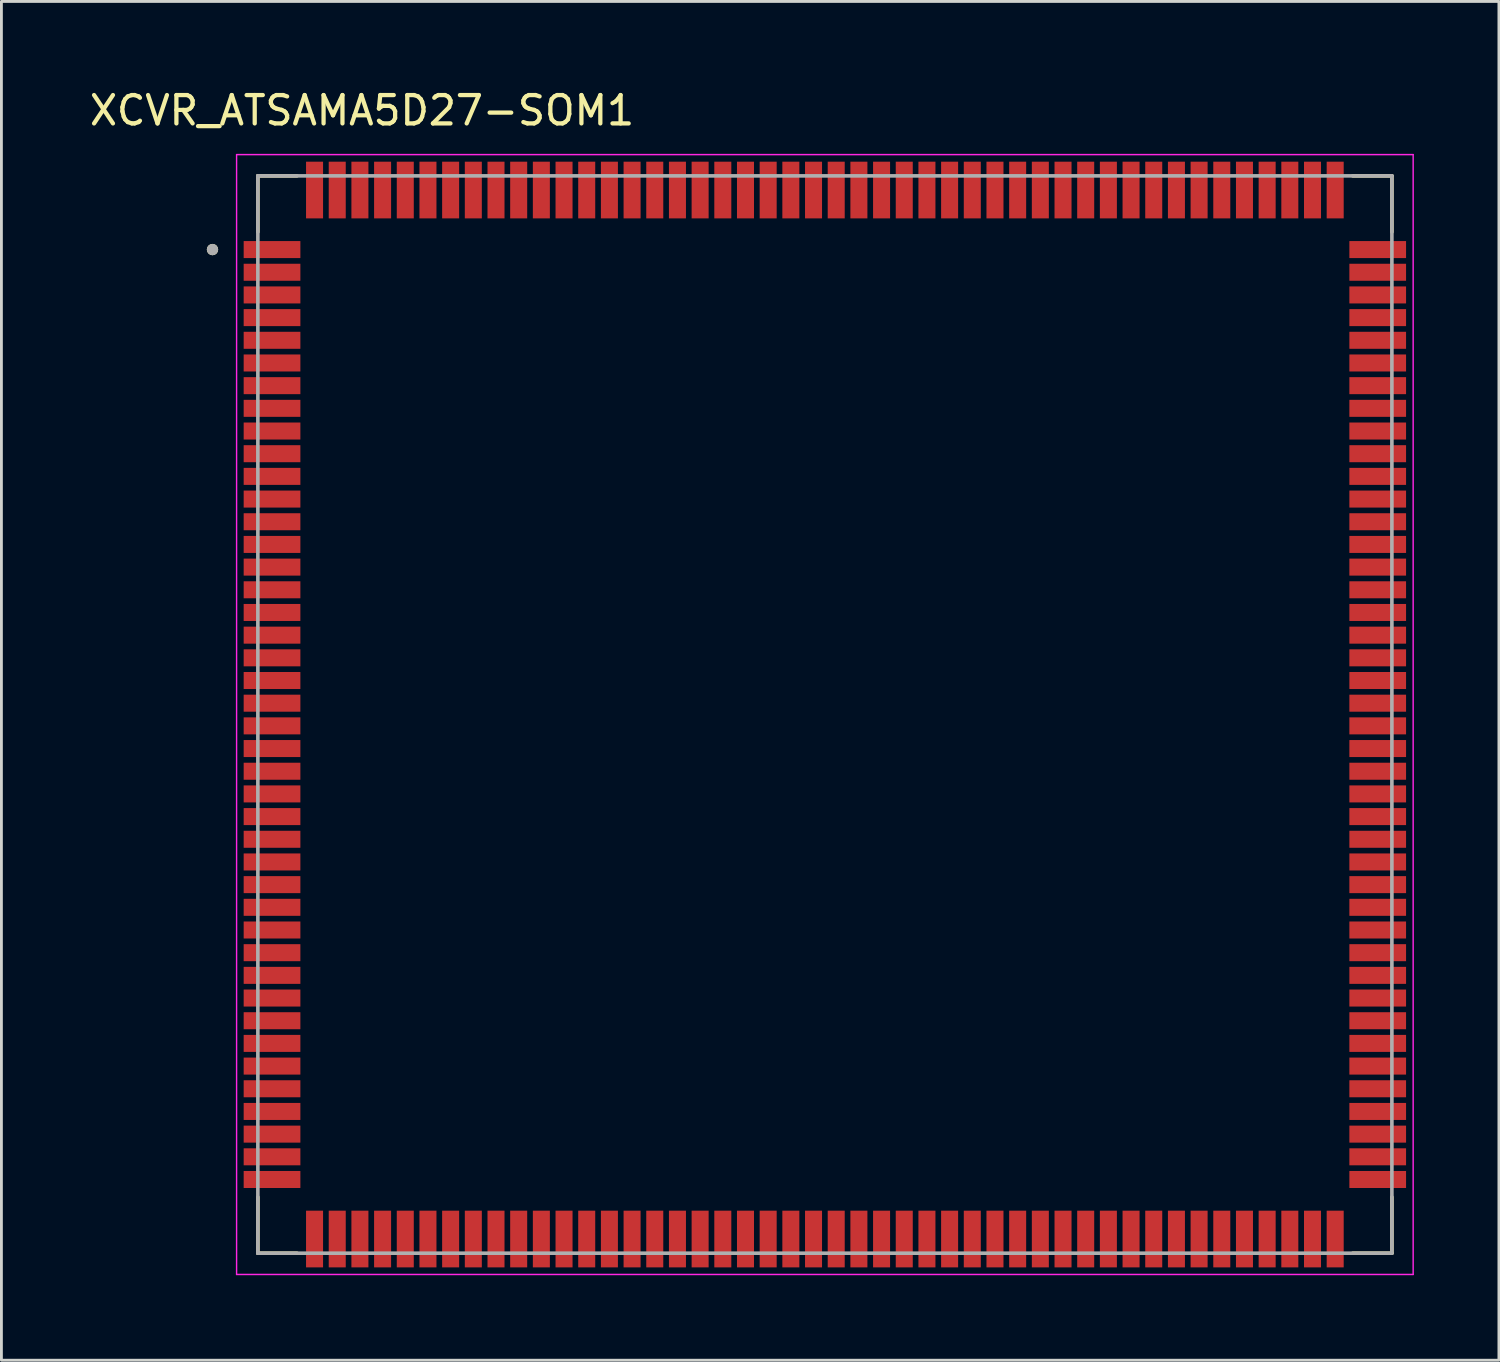
<source format=kicad_pcb>
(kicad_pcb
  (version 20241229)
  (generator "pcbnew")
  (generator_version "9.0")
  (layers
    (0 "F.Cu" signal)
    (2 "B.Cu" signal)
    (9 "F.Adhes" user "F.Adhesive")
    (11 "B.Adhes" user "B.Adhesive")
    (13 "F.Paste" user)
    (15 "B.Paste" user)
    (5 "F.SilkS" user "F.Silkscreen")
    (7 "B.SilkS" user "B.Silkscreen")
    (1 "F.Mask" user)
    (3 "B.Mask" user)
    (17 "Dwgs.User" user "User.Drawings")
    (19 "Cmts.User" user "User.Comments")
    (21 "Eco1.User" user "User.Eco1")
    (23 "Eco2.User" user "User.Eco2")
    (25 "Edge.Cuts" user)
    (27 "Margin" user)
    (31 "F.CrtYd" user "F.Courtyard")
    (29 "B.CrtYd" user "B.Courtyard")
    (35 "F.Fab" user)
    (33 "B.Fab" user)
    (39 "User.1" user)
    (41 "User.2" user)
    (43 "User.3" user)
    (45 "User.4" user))
  (footprint "XCVR_ATSAMA5D27-SOM1"
    (layer "F.Cu")
    (at 26.045 22.153)
    (property "Reference" "XCVR_ATSAMA5D27-SOM1" (at -16.325 -21.305 0) (layer "F.SilkS") (effects (font (size 1 1) (thickness 0.15))))
    (attr through_hole)
    (fp_line (start -20 -19) (end -20 -17.02) (stroke (width 0.127) (type solid)) (layer "F.SilkS"))
    (fp_line (start -20 -19) (end -18.62 -19) (stroke (width 0.127) (type solid)) (layer "F.SilkS"))
    (fp_line (start -20 19) (end -20 17.02) (stroke (width 0.127) (type solid)) (layer "F.SilkS"))
    (fp_line (start -20 19) (end -18.62 19) (stroke (width 0.127) (type solid)) (layer "F.SilkS"))
    (fp_line (start 20 -19) (end 18.62 -19) (stroke (width 0.127) (type solid)) (layer "F.SilkS"))
    (fp_line (start 20 -19) (end 20 -17.02) (stroke (width 0.127) (type solid)) (layer "F.SilkS"))
    (fp_line (start 20 19) (end 18.62 19) (stroke (width 0.127) (type solid)) (layer "F.SilkS"))
    (fp_line (start 20 19) (end 20 17.02) (stroke (width 0.127) (type solid)) (layer "F.SilkS"))
    (fp_circle (center -21.6 -16.4) (end -21.5 -16.4) (stroke (width 0.2) (type solid)) (fill no) (layer "F.SilkS"))
    (fp_poly (pts (xy -20.5 -16.675) (xy -18.5 -16.675) (xy -18.5 -16.125) (xy -20.5 -16.125)) (stroke (width 0.01) (type solid)) (fill yes) (layer "F.Paste"))
    (fp_poly (pts (xy -20.5 -15.875) (xy -18.5 -15.875) (xy -18.5 -15.325) (xy -20.5 -15.325)) (stroke (width 0.01) (type solid)) (fill yes) (layer "F.Paste"))
    (fp_poly (pts (xy -20.5 -15.075) (xy -18.5 -15.075) (xy -18.5 -14.525) (xy -20.5 -14.525)) (stroke (width 0.01) (type solid)) (fill yes) (layer "F.Paste"))
    (fp_poly (pts (xy -20.5 -14.275) (xy -18.5 -14.275) (xy -18.5 -13.725) (xy -20.5 -13.725)) (stroke (width 0.01) (type solid)) (fill yes) (layer "F.Paste"))
    (fp_poly (pts (xy -20.5 -13.475) (xy -18.5 -13.475) (xy -18.5 -12.925) (xy -20.5 -12.925)) (stroke (width 0.01) (type solid)) (fill yes) (layer "F.Paste"))
    (fp_poly (pts (xy -20.5 -12.675) (xy -18.5 -12.675) (xy -18.5 -12.125) (xy -20.5 -12.125)) (stroke (width 0.01) (type solid)) (fill yes) (layer "F.Paste"))
    (fp_poly (pts (xy -20.5 -11.875) (xy -18.5 -11.875) (xy -18.5 -11.325) (xy -20.5 -11.325)) (stroke (width 0.01) (type solid)) (fill yes) (layer "F.Paste"))
    (fp_poly (pts (xy -20.5 -11.875) (xy -18.5 -11.875) (xy -18.5 -11.325) (xy -20.5 -11.325)) (stroke (width 0.01) (type solid)) (fill yes) (layer "F.Paste"))
    (fp_poly (pts (xy -20.5 -11.075) (xy -18.5 -11.075) (xy -18.5 -10.525) (xy -20.5 -10.525)) (stroke (width 0.01) (type solid)) (fill yes) (layer "F.Paste"))
    (fp_poly (pts (xy -20.5 -11.075) (xy -18.5 -11.075) (xy -18.5 -10.525) (xy -20.5 -10.525)) (stroke (width 0.01) (type solid)) (fill yes) (layer "F.Paste"))
    (fp_poly (pts (xy -20.5 -10.275) (xy -18.5 -10.275) (xy -18.5 -9.725) (xy -20.5 -9.725)) (stroke (width 0.01) (type solid)) (fill yes) (layer "F.Paste"))
    (fp_poly (pts (xy -20.5 -10.275) (xy -18.5 -10.275) (xy -18.5 -9.725) (xy -20.5 -9.725)) (stroke (width 0.01) (type solid)) (fill yes) (layer "F.Paste"))
    (fp_poly (pts (xy -20.5 -9.475) (xy -18.5 -9.475) (xy -18.5 -8.925) (xy -20.5 -8.925)) (stroke (width 0.01) (type solid)) (fill yes) (layer "F.Paste"))
    (fp_poly (pts (xy -20.5 -9.475) (xy -18.5 -9.475) (xy -18.5 -8.925) (xy -20.5 -8.925)) (stroke (width 0.01) (type solid)) (fill yes) (layer "F.Paste"))
    (fp_poly (pts (xy -20.5 -8.675) (xy -18.5 -8.675) (xy -18.5 -8.125) (xy -20.5 -8.125)) (stroke (width 0.01) (type solid)) (fill yes) (layer "F.Paste"))
    (fp_poly (pts (xy -20.5 -8.675) (xy -18.5 -8.675) (xy -18.5 -8.125) (xy -20.5 -8.125)) (stroke (width 0.01) (type solid)) (fill yes) (layer "F.Paste"))
    (fp_poly (pts (xy -20.5 -7.875) (xy -18.5 -7.875) (xy -18.5 -7.325) (xy -20.5 -7.325)) (stroke (width 0.01) (type solid)) (fill yes) (layer "F.Paste"))
    (fp_poly (pts (xy -20.5 -7.875) (xy -18.5 -7.875) (xy -18.5 -7.325) (xy -20.5 -7.325)) (stroke (width 0.01) (type solid)) (fill yes) (layer "F.Paste"))
    (fp_poly (pts (xy -20.5 -7.075) (xy -18.5 -7.075) (xy -18.5 -6.525) (xy -20.5 -6.525)) (stroke (width 0.01) (type solid)) (fill yes) (layer "F.Paste"))
    (fp_poly (pts (xy -20.5 -7.075) (xy -18.5 -7.075) (xy -18.5 -6.525) (xy -20.5 -6.525)) (stroke (width 0.01) (type solid)) (fill yes) (layer "F.Paste"))
    (fp_poly (pts (xy -20.5 -6.275) (xy -18.5 -6.275) (xy -18.5 -5.725) (xy -20.5 -5.725)) (stroke (width 0.01) (type solid)) (fill yes) (layer "F.Paste"))
    (fp_poly (pts (xy -20.5 -6.275) (xy -18.5 -6.275) (xy -18.5 -5.725) (xy -20.5 -5.725)) (stroke (width 0.01) (type solid)) (fill yes) (layer "F.Paste"))
    (fp_poly (pts (xy -20.5 -5.475) (xy -18.5 -5.475) (xy -18.5 -4.925) (xy -20.5 -4.925)) (stroke (width 0.01) (type solid)) (fill yes) (layer "F.Paste"))
    (fp_poly (pts (xy -20.5 -5.475) (xy -18.5 -5.475) (xy -18.5 -4.925) (xy -20.5 -4.925)) (stroke (width 0.01) (type solid)) (fill yes) (layer "F.Paste"))
    (fp_poly (pts (xy -20.5 -4.675) (xy -18.5 -4.675) (xy -18.5 -4.125) (xy -20.5 -4.125)) (stroke (width 0.01) (type solid)) (fill yes) (layer "F.Paste"))
    (fp_poly (pts (xy -20.5 -4.675) (xy -18.5 -4.675) (xy -18.5 -4.125) (xy -20.5 -4.125)) (stroke (width 0.01) (type solid)) (fill yes) (layer "F.Paste"))
    (fp_poly (pts (xy -20.5 -3.875) (xy -18.5 -3.875) (xy -18.5 -3.325) (xy -20.5 -3.325)) (stroke (width 0.01) (type solid)) (fill yes) (layer "F.Paste"))
    (fp_poly (pts (xy -20.5 -3.875) (xy -18.5 -3.875) (xy -18.5 -3.325) (xy -20.5 -3.325)) (stroke (width 0.01) (type solid)) (fill yes) (layer "F.Paste"))
    (fp_poly (pts (xy -20.5 -3.075) (xy -18.5 -3.075) (xy -18.5 -2.525) (xy -20.5 -2.525)) (stroke (width 0.01) (type solid)) (fill yes) (layer "F.Paste"))
    (fp_poly (pts (xy -20.5 -3.075) (xy -18.5 -3.075) (xy -18.5 -2.525) (xy -20.5 -2.525)) (stroke (width 0.01) (type solid)) (fill yes) (layer "F.Paste"))
    (fp_poly (pts (xy -20.5 -2.275) (xy -18.5 -2.275) (xy -18.5 -1.725) (xy -20.5 -1.725)) (stroke (width 0.01) (type solid)) (fill yes) (layer "F.Paste"))
    (fp_poly (pts (xy -20.5 -2.275) (xy -18.5 -2.275) (xy -18.5 -1.725) (xy -20.5 -1.725)) (stroke (width 0.01) (type solid)) (fill yes) (layer "F.Paste"))
    (fp_poly (pts (xy -20.5 -1.475) (xy -18.5 -1.475) (xy -18.5 -0.925) (xy -20.5 -0.925)) (stroke (width 0.01) (type solid)) (fill yes) (layer "F.Paste"))
    (fp_poly (pts (xy -20.5 -1.475) (xy -18.5 -1.475) (xy -18.5 -0.925) (xy -20.5 -0.925)) (stroke (width 0.01) (type solid)) (fill yes) (layer "F.Paste"))
    (fp_poly (pts (xy -20.5 -0.675) (xy -18.5 -0.675) (xy -18.5 -0.125) (xy -20.5 -0.125)) (stroke (width 0.01) (type solid)) (fill yes) (layer "F.Paste"))
    (fp_poly (pts (xy -20.5 -0.675) (xy -18.5 -0.675) (xy -18.5 -0.125) (xy -20.5 -0.125)) (stroke (width 0.01) (type solid)) (fill yes) (layer "F.Paste"))
    (fp_poly (pts (xy -20.5 0.125) (xy -18.5 0.125) (xy -18.5 0.675) (xy -20.5 0.675)) (stroke (width 0.01) (type solid)) (fill yes) (layer "F.Paste"))
    (fp_poly (pts (xy -20.5 0.125) (xy -18.5 0.125) (xy -18.5 0.675) (xy -20.5 0.675)) (stroke (width 0.01) (type solid)) (fill yes) (layer "F.Paste"))
    (fp_poly (pts (xy -20.5 0.925) (xy -18.5 0.925) (xy -18.5 1.475) (xy -20.5 1.475)) (stroke (width 0.01) (type solid)) (fill yes) (layer "F.Paste"))
    (fp_poly (pts (xy -20.5 0.925) (xy -18.5 0.925) (xy -18.5 1.475) (xy -20.5 1.475)) (stroke (width 0.01) (type solid)) (fill yes) (layer "F.Paste"))
    (fp_poly (pts (xy -20.5 1.725) (xy -18.5 1.725) (xy -18.5 2.275) (xy -20.5 2.275)) (stroke (width 0.01) (type solid)) (fill yes) (layer "F.Paste"))
    (fp_poly (pts (xy -20.5 1.725) (xy -18.5 1.725) (xy -18.5 2.275) (xy -20.5 2.275)) (stroke (width 0.01) (type solid)) (fill yes) (layer "F.Paste"))
    (fp_poly (pts (xy -20.5 2.525) (xy -18.5 2.525) (xy -18.5 3.075) (xy -20.5 3.075)) (stroke (width 0.01) (type solid)) (fill yes) (layer "F.Paste"))
    (fp_poly (pts (xy -20.5 2.525) (xy -18.5 2.525) (xy -18.5 3.075) (xy -20.5 3.075)) (stroke (width 0.01) (type solid)) (fill yes) (layer "F.Paste"))
    (fp_poly (pts (xy -20.5 3.325) (xy -18.5 3.325) (xy -18.5 3.875) (xy -20.5 3.875)) (stroke (width 0.01) (type solid)) (fill yes) (layer "F.Paste"))
    (fp_poly (pts (xy -20.5 3.325) (xy -18.5 3.325) (xy -18.5 3.875) (xy -20.5 3.875)) (stroke (width 0.01) (type solid)) (fill yes) (layer "F.Paste"))
    (fp_poly (pts (xy -20.5 4.125) (xy -18.5 4.125) (xy -18.5 4.675) (xy -20.5 4.675)) (stroke (width 0.01) (type solid)) (fill yes) (layer "F.Paste"))
    (fp_poly (pts (xy -20.5 4.125) (xy -18.5 4.125) (xy -18.5 4.675) (xy -20.5 4.675)) (stroke (width 0.01) (type solid)) (fill yes) (layer "F.Paste"))
    (fp_poly (pts (xy -20.5 4.925) (xy -18.5 4.925) (xy -18.5 5.475) (xy -20.5 5.475)) (stroke (width 0.01) (type solid)) (fill yes) (layer "F.Paste"))
    (fp_poly (pts (xy -20.5 4.925) (xy -18.5 4.925) (xy -18.5 5.475) (xy -20.5 5.475)) (stroke (width 0.01) (type solid)) (fill yes) (layer "F.Paste"))
    (fp_poly (pts (xy -20.5 5.725) (xy -18.5 5.725) (xy -18.5 6.275) (xy -20.5 6.275)) (stroke (width 0.01) (type solid)) (fill yes) (layer "F.Paste"))
    (fp_poly (pts (xy -20.5 5.725) (xy -18.5 5.725) (xy -18.5 6.275) (xy -20.5 6.275)) (stroke (width 0.01) (type solid)) (fill yes) (layer "F.Paste"))
    (fp_poly (pts (xy -20.5 6.525) (xy -18.5 6.525) (xy -18.5 7.075) (xy -20.5 7.075)) (stroke (width 0.01) (type solid)) (fill yes) (layer "F.Paste"))
    (fp_poly (pts (xy -20.5 6.525) (xy -18.5 6.525) (xy -18.5 7.075) (xy -20.5 7.075)) (stroke (width 0.01) (type solid)) (fill yes) (layer "F.Paste"))
    (fp_poly (pts (xy -20.5 7.325) (xy -18.5 7.325) (xy -18.5 7.875) (xy -20.5 7.875)) (stroke (width 0.01) (type solid)) (fill yes) (layer "F.Paste"))
    (fp_poly (pts (xy -20.5 7.325) (xy -18.5 7.325) (xy -18.5 7.875) (xy -20.5 7.875)) (stroke (width 0.01) (type solid)) (fill yes) (layer "F.Paste"))
    (fp_poly (pts (xy -20.5 8.125) (xy -18.5 8.125) (xy -18.5 8.675) (xy -20.5 8.675)) (stroke (width 0.01) (type solid)) (fill yes) (layer "F.Paste"))
    (fp_poly (pts (xy -20.5 8.125) (xy -18.5 8.125) (xy -18.5 8.675) (xy -20.5 8.675)) (stroke (width 0.01) (type solid)) (fill yes) (layer "F.Paste"))
    (fp_poly (pts (xy -20.5 8.925) (xy -18.5 8.925) (xy -18.5 9.475) (xy -20.5 9.475)) (stroke (width 0.01) (type solid)) (fill yes) (layer "F.Paste"))
    (fp_poly (pts (xy -20.5 8.925) (xy -18.5 8.925) (xy -18.5 9.475) (xy -20.5 9.475)) (stroke (width 0.01) (type solid)) (fill yes) (layer "F.Paste"))
    (fp_poly (pts (xy -20.5 9.725) (xy -18.5 9.725) (xy -18.5 10.275) (xy -20.5 10.275)) (stroke (width 0.01) (type solid)) (fill yes) (layer "F.Paste"))
    (fp_poly (pts (xy -20.5 9.725) (xy -18.5 9.725) (xy -18.5 10.275) (xy -20.5 10.275)) (stroke (width 0.01) (type solid)) (fill yes) (layer "F.Paste"))
    (fp_poly (pts (xy -20.5 10.525) (xy -18.5 10.525) (xy -18.5 11.075) (xy -20.5 11.075)) (stroke (width 0.01) (type solid)) (fill yes) (layer "F.Paste"))
    (fp_poly (pts (xy -20.5 10.525) (xy -18.5 10.525) (xy -18.5 11.075) (xy -20.5 11.075)) (stroke (width 0.01) (type solid)) (fill yes) (layer "F.Paste"))
    (fp_poly (pts (xy -20.5 11.325) (xy -18.5 11.325) (xy -18.5 11.875) (xy -20.5 11.875)) (stroke (width 0.01) (type solid)) (fill yes) (layer "F.Paste"))
    (fp_poly (pts (xy -20.5 11.325) (xy -18.5 11.325) (xy -18.5 11.875) (xy -20.5 11.875)) (stroke (width 0.01) (type solid)) (fill yes) (layer "F.Paste"))
    (fp_poly (pts (xy -20.5 12.125) (xy -18.5 12.125) (xy -18.5 12.675) (xy -20.5 12.675)) (stroke (width 0.01) (type solid)) (fill yes) (layer "F.Paste"))
    (fp_poly (pts (xy -20.5 12.125) (xy -18.5 12.125) (xy -18.5 12.675) (xy -20.5 12.675)) (stroke (width 0.01) (type solid)) (fill yes) (layer "F.Paste"))
    (fp_poly (pts (xy -20.5 12.925) (xy -18.5 12.925) (xy -18.5 13.475) (xy -20.5 13.475)) (stroke (width 0.01) (type solid)) (fill yes) (layer "F.Paste"))
    (fp_poly (pts (xy -20.5 12.925) (xy -18.5 12.925) (xy -18.5 13.475) (xy -20.5 13.475)) (stroke (width 0.01) (type solid)) (fill yes) (layer "F.Paste"))
    (fp_poly (pts (xy -20.5 13.725) (xy -18.5 13.725) (xy -18.5 14.275) (xy -20.5 14.275)) (stroke (width 0.01) (type solid)) (fill yes) (layer "F.Paste"))
    (fp_poly (pts (xy -20.5 13.725) (xy -18.5 13.725) (xy -18.5 14.275) (xy -20.5 14.275)) (stroke (width 0.01) (type solid)) (fill yes) (layer "F.Paste"))
    (fp_poly (pts (xy -20.5 14.525) (xy -18.5 14.525) (xy -18.5 15.075) (xy -20.5 15.075)) (stroke (width 0.01) (type solid)) (fill yes) (layer "F.Paste"))
    (fp_poly (pts (xy -20.5 14.525) (xy -18.5 14.525) (xy -18.5 15.075) (xy -20.5 15.075)) (stroke (width 0.01) (type solid)) (fill yes) (layer "F.Paste"))
    (fp_poly (pts (xy -20.5 15.325) (xy -18.5 15.325) (xy -18.5 15.875) (xy -20.5 15.875)) (stroke (width 0.01) (type solid)) (fill yes) (layer "F.Paste"))
    (fp_poly (pts (xy -20.5 15.325) (xy -18.5 15.325) (xy -18.5 15.875) (xy -20.5 15.875)) (stroke (width 0.01) (type solid)) (fill yes) (layer "F.Paste"))
    (fp_poly (pts (xy -20.5 16.125) (xy -18.5 16.125) (xy -18.5 16.675) (xy -20.5 16.675)) (stroke (width 0.01) (type solid)) (fill yes) (layer "F.Paste"))
    (fp_poly (pts (xy -20.5 16.125) (xy -18.5 16.125) (xy -18.5 16.675) (xy -20.5 16.675)) (stroke (width 0.01) (type solid)) (fill yes) (layer "F.Paste"))
    (fp_poly (pts (xy -18.275 -19.5) (xy -17.725 -19.5) (xy -17.725 -17.5) (xy -18.275 -17.5)) (stroke (width 0.01) (type solid)) (fill yes) (layer "F.Paste"))
    (fp_poly (pts (xy -18.275 17.5) (xy -17.725 17.5) (xy -17.725 19.5) (xy -18.275 19.5)) (stroke (width 0.01) (type solid)) (fill yes) (layer "F.Paste"))
    (fp_poly (pts (xy -17.475 -19.5) (xy -16.925 -19.5) (xy -16.925 -17.5) (xy -17.475 -17.5)) (stroke (width 0.01) (type solid)) (fill yes) (layer "F.Paste"))
    (fp_poly (pts (xy -17.475 17.5) (xy -16.925 17.5) (xy -16.925 19.5) (xy -17.475 19.5)) (stroke (width 0.01) (type solid)) (fill yes) (layer "F.Paste"))
    (fp_poly (pts (xy -16.675 -19.5) (xy -16.125 -19.5) (xy -16.125 -17.5) (xy -16.675 -17.5)) (stroke (width 0.01) (type solid)) (fill yes) (layer "F.Paste"))
    (fp_poly (pts (xy -16.675 17.5) (xy -16.125 17.5) (xy -16.125 19.5) (xy -16.675 19.5)) (stroke (width 0.01) (type solid)) (fill yes) (layer "F.Paste"))
    (fp_poly (pts (xy -15.875 -19.5) (xy -15.325 -19.5) (xy -15.325 -17.5) (xy -15.875 -17.5)) (stroke (width 0.01) (type solid)) (fill yes) (layer "F.Paste"))
    (fp_poly (pts (xy -15.875 17.5) (xy -15.325 17.5) (xy -15.325 19.5) (xy -15.875 19.5)) (stroke (width 0.01) (type solid)) (fill yes) (layer "F.Paste"))
    (fp_poly (pts (xy -15.075 -19.5) (xy -14.525 -19.5) (xy -14.525 -17.5) (xy -15.075 -17.5)) (stroke (width 0.01) (type solid)) (fill yes) (layer "F.Paste"))
    (fp_poly (pts (xy -15.075 17.5) (xy -14.525 17.5) (xy -14.525 19.5) (xy -15.075 19.5)) (stroke (width 0.01) (type solid)) (fill yes) (layer "F.Paste"))
    (fp_poly (pts (xy -14.275 -19.5) (xy -13.725 -19.5) (xy -13.725 -17.5) (xy -14.275 -17.5)) (stroke (width 0.01) (type solid)) (fill yes) (layer "F.Paste"))
    (fp_poly (pts (xy -14.275 17.5) (xy -13.725 17.5) (xy -13.725 19.5) (xy -14.275 19.5)) (stroke (width 0.01) (type solid)) (fill yes) (layer "F.Paste"))
    (fp_poly (pts (xy -13.475 -19.5) (xy -12.925 -19.5) (xy -12.925 -17.5) (xy -13.475 -17.5)) (stroke (width 0.01) (type solid)) (fill yes) (layer "F.Paste"))
    (fp_poly (pts (xy -13.475 17.5) (xy -12.925 17.5) (xy -12.925 19.5) (xy -13.475 19.5)) (stroke (width 0.01) (type solid)) (fill yes) (layer "F.Paste"))
    (fp_poly (pts (xy -12.675 -19.5) (xy -12.125 -19.5) (xy -12.125 -17.5) (xy -12.675 -17.5)) (stroke (width 0.01) (type solid)) (fill yes) (layer "F.Paste"))
    (fp_poly (pts (xy -12.675 17.5) (xy -12.125 17.5) (xy -12.125 19.5) (xy -12.675 19.5)) (stroke (width 0.01) (type solid)) (fill yes) (layer "F.Paste"))
    (fp_poly (pts (xy -11.875 -19.5) (xy -11.325 -19.5) (xy -11.325 -17.5) (xy -11.875 -17.5)) (stroke (width 0.01) (type solid)) (fill yes) (layer "F.Paste"))
    (fp_poly (pts (xy -11.875 17.5) (xy -11.325 17.5) (xy -11.325 19.5) (xy -11.875 19.5)) (stroke (width 0.01) (type solid)) (fill yes) (layer "F.Paste"))
    (fp_poly (pts (xy -11.075 -19.5) (xy -10.525 -19.5) (xy -10.525 -17.5) (xy -11.075 -17.5)) (stroke (width 0.01) (type solid)) (fill yes) (layer "F.Paste"))
    (fp_poly (pts (xy -11.075 17.5) (xy -10.525 17.5) (xy -10.525 19.5) (xy -11.075 19.5)) (stroke (width 0.01) (type solid)) (fill yes) (layer "F.Paste"))
    (fp_poly (pts (xy -10.275 -19.5) (xy -9.725 -19.5) (xy -9.725 -17.5) (xy -10.275 -17.5)) (stroke (width 0.01) (type solid)) (fill yes) (layer "F.Paste"))
    (fp_poly (pts (xy -10.275 17.5) (xy -9.725 17.5) (xy -9.725 19.5) (xy -10.275 19.5)) (stroke (width 0.01) (type solid)) (fill yes) (layer "F.Paste"))
    (fp_poly (pts (xy -9.475 -19.5) (xy -8.925 -19.5) (xy -8.925 -17.5) (xy -9.475 -17.5)) (stroke (width 0.01) (type solid)) (fill yes) (layer "F.Paste"))
    (fp_poly (pts (xy -9.475 17.5) (xy -8.925 17.5) (xy -8.925 19.5) (xy -9.475 19.5)) (stroke (width 0.01) (type solid)) (fill yes) (layer "F.Paste"))
    (fp_poly (pts (xy -8.675 -19.5) (xy -8.125 -19.5) (xy -8.125 -17.5) (xy -8.675 -17.5)) (stroke (width 0.01) (type solid)) (fill yes) (layer "F.Paste"))
    (fp_poly (pts (xy -8.675 17.5) (xy -8.125 17.5) (xy -8.125 19.5) (xy -8.675 19.5)) (stroke (width 0.01) (type solid)) (fill yes) (layer "F.Paste"))
    (fp_poly (pts (xy -7.875 -19.5) (xy -7.325 -19.5) (xy -7.325 -17.5) (xy -7.875 -17.5)) (stroke (width 0.01) (type solid)) (fill yes) (layer "F.Paste"))
    (fp_poly (pts (xy -7.875 17.5) (xy -7.325 17.5) (xy -7.325 19.5) (xy -7.875 19.5)) (stroke (width 0.01) (type solid)) (fill yes) (layer "F.Paste"))
    (fp_poly (pts (xy -7.075 -19.5) (xy -6.525 -19.5) (xy -6.525 -17.5) (xy -7.075 -17.5)) (stroke (width 0.01) (type solid)) (fill yes) (layer "F.Paste"))
    (fp_poly (pts (xy -7.075 17.5) (xy -6.525 17.5) (xy -6.525 19.5) (xy -7.075 19.5)) (stroke (width 0.01) (type solid)) (fill yes) (layer "F.Paste"))
    (fp_poly (pts (xy -6.275 -19.5) (xy -5.725 -19.5) (xy -5.725 -17.5) (xy -6.275 -17.5)) (stroke (width 0.01) (type solid)) (fill yes) (layer "F.Paste"))
    (fp_poly (pts (xy -6.275 17.5) (xy -5.725 17.5) (xy -5.725 19.5) (xy -6.275 19.5)) (stroke (width 0.01) (type solid)) (fill yes) (layer "F.Paste"))
    (fp_poly (pts (xy -5.475 -19.5) (xy -4.925 -19.5) (xy -4.925 -17.5) (xy -5.475 -17.5)) (stroke (width 0.01) (type solid)) (fill yes) (layer "F.Paste"))
    (fp_poly (pts (xy -5.475 17.5) (xy -4.925 17.5) (xy -4.925 19.5) (xy -5.475 19.5)) (stroke (width 0.01) (type solid)) (fill yes) (layer "F.Paste"))
    (fp_poly (pts (xy -4.675 -19.5) (xy -4.125 -19.5) (xy -4.125 -17.5) (xy -4.675 -17.5)) (stroke (width 0.01) (type solid)) (fill yes) (layer "F.Paste"))
    (fp_poly (pts (xy -4.675 17.5) (xy -4.125 17.5) (xy -4.125 19.5) (xy -4.675 19.5)) (stroke (width 0.01) (type solid)) (fill yes) (layer "F.Paste"))
    (fp_poly (pts (xy -3.875 -19.5) (xy -3.325 -19.5) (xy -3.325 -17.5) (xy -3.875 -17.5)) (stroke (width 0.01) (type solid)) (fill yes) (layer "F.Paste"))
    (fp_poly (pts (xy -3.875 17.5) (xy -3.325 17.5) (xy -3.325 19.5) (xy -3.875 19.5)) (stroke (width 0.01) (type solid)) (fill yes) (layer "F.Paste"))
    (fp_poly (pts (xy -3.075 -19.5) (xy -2.525 -19.5) (xy -2.525 -17.5) (xy -3.075 -17.5)) (stroke (width 0.01) (type solid)) (fill yes) (layer "F.Paste"))
    (fp_poly (pts (xy -3.075 17.5) (xy -2.525 17.5) (xy -2.525 19.5) (xy -3.075 19.5)) (stroke (width 0.01) (type solid)) (fill yes) (layer "F.Paste"))
    (fp_poly (pts (xy -2.275 -19.5) (xy -1.725 -19.5) (xy -1.725 -17.5) (xy -2.275 -17.5)) (stroke (width 0.01) (type solid)) (fill yes) (layer "F.Paste"))
    (fp_poly (pts (xy -2.275 17.5) (xy -1.725 17.5) (xy -1.725 19.5) (xy -2.275 19.5)) (stroke (width 0.01) (type solid)) (fill yes) (layer "F.Paste"))
    (fp_poly (pts (xy -1.475 -19.5) (xy -0.925 -19.5) (xy -0.925 -17.5) (xy -1.475 -17.5)) (stroke (width 0.01) (type solid)) (fill yes) (layer "F.Paste"))
    (fp_poly (pts (xy -1.475 17.5) (xy -0.925 17.5) (xy -0.925 19.5) (xy -1.475 19.5)) (stroke (width 0.01) (type solid)) (fill yes) (layer "F.Paste"))
    (fp_poly (pts (xy -0.675 -19.5) (xy -0.125 -19.5) (xy -0.125 -17.5) (xy -0.675 -17.5)) (stroke (width 0.01) (type solid)) (fill yes) (layer "F.Paste"))
    (fp_poly (pts (xy -0.675 17.5) (xy -0.125 17.5) (xy -0.125 19.5) (xy -0.675 19.5)) (stroke (width 0.01) (type solid)) (fill yes) (layer "F.Paste"))
    (fp_poly (pts (xy 0.125 -19.5) (xy 0.675 -19.5) (xy 0.675 -17.5) (xy 0.125 -17.5)) (stroke (width 0.01) (type solid)) (fill yes) (layer "F.Paste"))
    (fp_poly (pts (xy 0.125 17.5) (xy 0.675 17.5) (xy 0.675 19.5) (xy 0.125 19.5)) (stroke (width 0.01) (type solid)) (fill yes) (layer "F.Paste"))
    (fp_poly (pts (xy 0.925 -19.5) (xy 1.475 -19.5) (xy 1.475 -17.5) (xy 0.925 -17.5)) (stroke (width 0.01) (type solid)) (fill yes) (layer "F.Paste"))
    (fp_poly (pts (xy 0.925 17.5) (xy 1.475 17.5) (xy 1.475 19.5) (xy 0.925 19.5)) (stroke (width 0.01) (type solid)) (fill yes) (layer "F.Paste"))
    (fp_poly (pts (xy 1.725 -19.5) (xy 2.275 -19.5) (xy 2.275 -17.5) (xy 1.725 -17.5)) (stroke (width 0.01) (type solid)) (fill yes) (layer "F.Paste"))
    (fp_poly (pts (xy 1.725 17.5) (xy 2.275 17.5) (xy 2.275 19.5) (xy 1.725 19.5)) (stroke (width 0.01) (type solid)) (fill yes) (layer "F.Paste"))
    (fp_poly (pts (xy 2.525 -19.5) (xy 3.075 -19.5) (xy 3.075 -17.5) (xy 2.525 -17.5)) (stroke (width 0.01) (type solid)) (fill yes) (layer "F.Paste"))
    (fp_poly (pts (xy 2.525 17.5) (xy 3.075 17.5) (xy 3.075 19.5) (xy 2.525 19.5)) (stroke (width 0.01) (type solid)) (fill yes) (layer "F.Paste"))
    (fp_poly (pts (xy 3.325 -19.5) (xy 3.875 -19.5) (xy 3.875 -17.5) (xy 3.325 -17.5)) (stroke (width 0.01) (type solid)) (fill yes) (layer "F.Paste"))
    (fp_poly (pts (xy 3.325 17.5) (xy 3.875 17.5) (xy 3.875 19.5) (xy 3.325 19.5)) (stroke (width 0.01) (type solid)) (fill yes) (layer "F.Paste"))
    (fp_poly (pts (xy 4.125 -19.5) (xy 4.675 -19.5) (xy 4.675 -17.5) (xy 4.125 -17.5)) (stroke (width 0.01) (type solid)) (fill yes) (layer "F.Paste"))
    (fp_poly (pts (xy 4.125 17.5) (xy 4.675 17.5) (xy 4.675 19.5) (xy 4.125 19.5)) (stroke (width 0.01) (type solid)) (fill yes) (layer "F.Paste"))
    (fp_poly (pts (xy 4.925 -19.5) (xy 5.475 -19.5) (xy 5.475 -17.5) (xy 4.925 -17.5)) (stroke (width 0.01) (type solid)) (fill yes) (layer "F.Paste"))
    (fp_poly (pts (xy 4.925 17.5) (xy 5.475 17.5) (xy 5.475 19.5) (xy 4.925 19.5)) (stroke (width 0.01) (type solid)) (fill yes) (layer "F.Paste"))
    (fp_poly (pts (xy 5.725 -19.5) (xy 6.275 -19.5) (xy 6.275 -17.5) (xy 5.725 -17.5)) (stroke (width 0.01) (type solid)) (fill yes) (layer "F.Paste"))
    (fp_poly (pts (xy 5.725 17.5) (xy 6.275 17.5) (xy 6.275 19.5) (xy 5.725 19.5)) (stroke (width 0.01) (type solid)) (fill yes) (layer "F.Paste"))
    (fp_poly (pts (xy 6.525 -19.5) (xy 7.075 -19.5) (xy 7.075 -17.5) (xy 6.525 -17.5)) (stroke (width 0.01) (type solid)) (fill yes) (layer "F.Paste"))
    (fp_poly (pts (xy 6.525 17.5) (xy 7.075 17.5) (xy 7.075 19.5) (xy 6.525 19.5)) (stroke (width 0.01) (type solid)) (fill yes) (layer "F.Paste"))
    (fp_poly (pts (xy 7.325 -19.5) (xy 7.875 -19.5) (xy 7.875 -17.5) (xy 7.325 -17.5)) (stroke (width 0.01) (type solid)) (fill yes) (layer "F.Paste"))
    (fp_poly (pts (xy 7.325 17.5) (xy 7.875 17.5) (xy 7.875 19.5) (xy 7.325 19.5)) (stroke (width 0.01) (type solid)) (fill yes) (layer "F.Paste"))
    (fp_poly (pts (xy 8.125 -19.5) (xy 8.675 -19.5) (xy 8.675 -17.5) (xy 8.125 -17.5)) (stroke (width 0.01) (type solid)) (fill yes) (layer "F.Paste"))
    (fp_poly (pts (xy 8.125 17.5) (xy 8.675 17.5) (xy 8.675 19.5) (xy 8.125 19.5)) (stroke (width 0.01) (type solid)) (fill yes) (layer "F.Paste"))
    (fp_poly (pts (xy 8.925 -19.5) (xy 9.475 -19.5) (xy 9.475 -17.5) (xy 8.925 -17.5)) (stroke (width 0.01) (type solid)) (fill yes) (layer "F.Paste"))
    (fp_poly (pts (xy 8.925 17.5) (xy 9.475 17.5) (xy 9.475 19.5) (xy 8.925 19.5)) (stroke (width 0.01) (type solid)) (fill yes) (layer "F.Paste"))
    (fp_poly (pts (xy 9.725 -19.5) (xy 10.275 -19.5) (xy 10.275 -17.5) (xy 9.725 -17.5)) (stroke (width 0.01) (type solid)) (fill yes) (layer "F.Paste"))
    (fp_poly (pts (xy 9.725 17.5) (xy 10.275 17.5) (xy 10.275 19.5) (xy 9.725 19.5)) (stroke (width 0.01) (type solid)) (fill yes) (layer "F.Paste"))
    (fp_poly (pts (xy 10.525 -19.5) (xy 11.075 -19.5) (xy 11.075 -17.5) (xy 10.525 -17.5)) (stroke (width 0.01) (type solid)) (fill yes) (layer "F.Paste"))
    (fp_poly (pts (xy 10.525 17.5) (xy 11.075 17.5) (xy 11.075 19.5) (xy 10.525 19.5)) (stroke (width 0.01) (type solid)) (fill yes) (layer "F.Paste"))
    (fp_poly (pts (xy 11.325 -19.5) (xy 11.875 -19.5) (xy 11.875 -17.5) (xy 11.325 -17.5)) (stroke (width 0.01) (type solid)) (fill yes) (layer "F.Paste"))
    (fp_poly (pts (xy 11.325 17.5) (xy 11.875 17.5) (xy 11.875 19.5) (xy 11.325 19.5)) (stroke (width 0.01) (type solid)) (fill yes) (layer "F.Paste"))
    (fp_poly (pts (xy 12.125 -19.5) (xy 12.675 -19.5) (xy 12.675 -17.5) (xy 12.125 -17.5)) (stroke (width 0.01) (type solid)) (fill yes) (layer "F.Paste"))
    (fp_poly (pts (xy 12.125 17.5) (xy 12.675 17.5) (xy 12.675 19.5) (xy 12.125 19.5)) (stroke (width 0.01) (type solid)) (fill yes) (layer "F.Paste"))
    (fp_poly (pts (xy 12.925 -19.5) (xy 13.475 -19.5) (xy 13.475 -17.5) (xy 12.925 -17.5)) (stroke (width 0.01) (type solid)) (fill yes) (layer "F.Paste"))
    (fp_poly (pts (xy 12.925 17.5) (xy 13.475 17.5) (xy 13.475 19.5) (xy 12.925 19.5)) (stroke (width 0.01) (type solid)) (fill yes) (layer "F.Paste"))
    (fp_poly (pts (xy 13.725 -19.5) (xy 14.275 -19.5) (xy 14.275 -17.5) (xy 13.725 -17.5)) (stroke (width 0.01) (type solid)) (fill yes) (layer "F.Paste"))
    (fp_poly (pts (xy 13.725 17.5) (xy 14.275 17.5) (xy 14.275 19.5) (xy 13.725 19.5)) (stroke (width 0.01) (type solid)) (fill yes) (layer "F.Paste"))
    (fp_poly (pts (xy 14.525 -19.5) (xy 15.075 -19.5) (xy 15.075 -17.5) (xy 14.525 -17.5)) (stroke (width 0.01) (type solid)) (fill yes) (layer "F.Paste"))
    (fp_poly (pts (xy 14.525 17.5) (xy 15.075 17.5) (xy 15.075 19.5) (xy 14.525 19.5)) (stroke (width 0.01) (type solid)) (fill yes) (layer "F.Paste"))
    (fp_poly (pts (xy 15.325 -19.5) (xy 15.875 -19.5) (xy 15.875 -17.5) (xy 15.325 -17.5)) (stroke (width 0.01) (type solid)) (fill yes) (layer "F.Paste"))
    (fp_poly (pts (xy 15.325 17.5) (xy 15.875 17.5) (xy 15.875 19.5) (xy 15.325 19.5)) (stroke (width 0.01) (type solid)) (fill yes) (layer "F.Paste"))
    (fp_poly (pts (xy 16.125 -19.5) (xy 16.675 -19.5) (xy 16.675 -17.5) (xy 16.125 -17.5)) (stroke (width 0.01) (type solid)) (fill yes) (layer "F.Paste"))
    (fp_poly (pts (xy 16.125 17.5) (xy 16.675 17.5) (xy 16.675 19.5) (xy 16.125 19.5)) (stroke (width 0.01) (type solid)) (fill yes) (layer "F.Paste"))
    (fp_poly (pts (xy 16.925 -19.5) (xy 17.475 -19.5) (xy 17.475 -17.5) (xy 16.925 -17.5)) (stroke (width 0.01) (type solid)) (fill yes) (layer "F.Paste"))
    (fp_poly (pts (xy 16.925 17.5) (xy 17.475 17.5) (xy 17.475 19.5) (xy 16.925 19.5)) (stroke (width 0.01) (type solid)) (fill yes) (layer "F.Paste"))
    (fp_poly (pts (xy 17.725 -19.5) (xy 18.275 -19.5) (xy 18.275 -17.5) (xy 17.725 -17.5)) (stroke (width 0.01) (type solid)) (fill yes) (layer "F.Paste"))
    (fp_poly (pts (xy 17.725 17.5) (xy 18.275 17.5) (xy 18.275 19.5) (xy 17.725 19.5)) (stroke (width 0.01) (type solid)) (fill yes) (layer "F.Paste"))
    (fp_poly (pts (xy 18.5 -16.675) (xy 20.5 -16.675) (xy 20.5 -16.125) (xy 18.5 -16.125)) (stroke (width 0.01) (type solid)) (fill yes) (layer "F.Paste"))
    (fp_poly (pts (xy 18.5 -15.875) (xy 20.5 -15.875) (xy 20.5 -15.325) (xy 18.5 -15.325)) (stroke (width 0.01) (type solid)) (fill yes) (layer "F.Paste"))
    (fp_poly (pts (xy 18.5 -15.075) (xy 20.5 -15.075) (xy 20.5 -14.525) (xy 18.5 -14.525)) (stroke (width 0.01) (type solid)) (fill yes) (layer "F.Paste"))
    (fp_poly (pts (xy 18.5 -14.275) (xy 20.5 -14.275) (xy 20.5 -13.725) (xy 18.5 -13.725)) (stroke (width 0.01) (type solid)) (fill yes) (layer "F.Paste"))
    (fp_poly (pts (xy 18.5 -13.475) (xy 20.5 -13.475) (xy 20.5 -12.925) (xy 18.5 -12.925)) (stroke (width 0.01) (type solid)) (fill yes) (layer "F.Paste"))
    (fp_poly (pts (xy 18.5 -12.675) (xy 20.5 -12.675) (xy 20.5 -12.125) (xy 18.5 -12.125)) (stroke (width 0.01) (type solid)) (fill yes) (layer "F.Paste"))
    (fp_poly (pts (xy 18.5 -11.875) (xy 20.5 -11.875) (xy 20.5 -11.325) (xy 18.5 -11.325)) (stroke (width 0.01) (type solid)) (fill yes) (layer "F.Paste"))
    (fp_poly (pts (xy 18.5 -11.075) (xy 20.5 -11.075) (xy 20.5 -10.525) (xy 18.5 -10.525)) (stroke (width 0.01) (type solid)) (fill yes) (layer "F.Paste"))
    (fp_poly (pts (xy 18.5 -10.275) (xy 20.5 -10.275) (xy 20.5 -9.725) (xy 18.5 -9.725)) (stroke (width 0.01) (type solid)) (fill yes) (layer "F.Paste"))
    (fp_poly (pts (xy 18.5 -9.475) (xy 20.5 -9.475) (xy 20.5 -8.925) (xy 18.5 -8.925)) (stroke (width 0.01) (type solid)) (fill yes) (layer "F.Paste"))
    (fp_poly (pts (xy 18.5 -8.675) (xy 20.5 -8.675) (xy 20.5 -8.125) (xy 18.5 -8.125)) (stroke (width 0.01) (type solid)) (fill yes) (layer "F.Paste"))
    (fp_poly (pts (xy 18.5 -7.875) (xy 20.5 -7.875) (xy 20.5 -7.325) (xy 18.5 -7.325)) (stroke (width 0.01) (type solid)) (fill yes) (layer "F.Paste"))
    (fp_poly (pts (xy 18.5 -7.075) (xy 20.5 -7.075) (xy 20.5 -6.525) (xy 18.5 -6.525)) (stroke (width 0.01) (type solid)) (fill yes) (layer "F.Paste"))
    (fp_poly (pts (xy 18.5 -6.275) (xy 20.5 -6.275) (xy 20.5 -5.725) (xy 18.5 -5.725)) (stroke (width 0.01) (type solid)) (fill yes) (layer "F.Paste"))
    (fp_poly (pts (xy 18.5 -5.475) (xy 20.5 -5.475) (xy 20.5 -4.925) (xy 18.5 -4.925)) (stroke (width 0.01) (type solid)) (fill yes) (layer "F.Paste"))
    (fp_poly (pts (xy 18.5 -4.675) (xy 20.5 -4.675) (xy 20.5 -4.125) (xy 18.5 -4.125)) (stroke (width 0.01) (type solid)) (fill yes) (layer "F.Paste"))
    (fp_poly (pts (xy 18.5 -3.875) (xy 20.5 -3.875) (xy 20.5 -3.325) (xy 18.5 -3.325)) (stroke (width 0.01) (type solid)) (fill yes) (layer "F.Paste"))
    (fp_poly (pts (xy 18.5 -3.075) (xy 20.5 -3.075) (xy 20.5 -2.525) (xy 18.5 -2.525)) (stroke (width 0.01) (type solid)) (fill yes) (layer "F.Paste"))
    (fp_poly (pts (xy 18.5 -2.275) (xy 20.5 -2.275) (xy 20.5 -1.725) (xy 18.5 -1.725)) (stroke (width 0.01) (type solid)) (fill yes) (layer "F.Paste"))
    (fp_poly (pts (xy 18.5 -1.475) (xy 20.5 -1.475) (xy 20.5 -0.925) (xy 18.5 -0.925)) (stroke (width 0.01) (type solid)) (fill yes) (layer "F.Paste"))
    (fp_poly (pts (xy 18.5 -0.675) (xy 20.5 -0.675) (xy 20.5 -0.125) (xy 18.5 -0.125)) (stroke (width 0.01) (type solid)) (fill yes) (layer "F.Paste"))
    (fp_poly (pts (xy 18.5 0.125) (xy 20.5 0.125) (xy 20.5 0.675) (xy 18.5 0.675)) (stroke (width 0.01) (type solid)) (fill yes) (layer "F.Paste"))
    (fp_poly (pts (xy 18.5 0.925) (xy 20.5 0.925) (xy 20.5 1.475) (xy 18.5 1.475)) (stroke (width 0.01) (type solid)) (fill yes) (layer "F.Paste"))
    (fp_poly (pts (xy 18.5 1.725) (xy 20.5 1.725) (xy 20.5 2.275) (xy 18.5 2.275)) (stroke (width 0.01) (type solid)) (fill yes) (layer "F.Paste"))
    (fp_poly (pts (xy 18.5 2.525) (xy 20.5 2.525) (xy 20.5 3.075) (xy 18.5 3.075)) (stroke (width 0.01) (type solid)) (fill yes) (layer "F.Paste"))
    (fp_poly (pts (xy 18.5 3.325) (xy 20.5 3.325) (xy 20.5 3.875) (xy 18.5 3.875)) (stroke (width 0.01) (type solid)) (fill yes) (layer "F.Paste"))
    (fp_poly (pts (xy 18.5 4.125) (xy 20.5 4.125) (xy 20.5 4.675) (xy 18.5 4.675)) (stroke (width 0.01) (type solid)) (fill yes) (layer "F.Paste"))
    (fp_poly (pts (xy 18.5 4.925) (xy 20.5 4.925) (xy 20.5 5.475) (xy 18.5 5.475)) (stroke (width 0.01) (type solid)) (fill yes) (layer "F.Paste"))
    (fp_poly (pts (xy 18.5 5.725) (xy 20.5 5.725) (xy 20.5 6.275) (xy 18.5 6.275)) (stroke (width 0.01) (type solid)) (fill yes) (layer "F.Paste"))
    (fp_poly (pts (xy 18.5 6.525) (xy 20.5 6.525) (xy 20.5 7.075) (xy 18.5 7.075)) (stroke (width 0.01) (type solid)) (fill yes) (layer "F.Paste"))
    (fp_poly (pts (xy 18.5 7.325) (xy 20.5 7.325) (xy 20.5 7.875) (xy 18.5 7.875)) (stroke (width 0.01) (type solid)) (fill yes) (layer "F.Paste"))
    (fp_poly (pts (xy 18.5 8.125) (xy 20.5 8.125) (xy 20.5 8.675) (xy 18.5 8.675)) (stroke (width 0.01) (type solid)) (fill yes) (layer "F.Paste"))
    (fp_poly (pts (xy 18.5 8.925) (xy 20.5 8.925) (xy 20.5 9.475) (xy 18.5 9.475)) (stroke (width 0.01) (type solid)) (fill yes) (layer "F.Paste"))
    (fp_poly (pts (xy 18.5 9.725) (xy 20.5 9.725) (xy 20.5 10.275) (xy 18.5 10.275)) (stroke (width 0.01) (type solid)) (fill yes) (layer "F.Paste"))
    (fp_poly (pts (xy 18.5 10.525) (xy 20.5 10.525) (xy 20.5 11.075) (xy 18.5 11.075)) (stroke (width 0.01) (type solid)) (fill yes) (layer "F.Paste"))
    (fp_poly (pts (xy 18.5 11.325) (xy 20.5 11.325) (xy 20.5 11.875) (xy 18.5 11.875)) (stroke (width 0.01) (type solid)) (fill yes) (layer "F.Paste"))
    (fp_poly (pts (xy 18.5 12.125) (xy 20.5 12.125) (xy 20.5 12.675) (xy 18.5 12.675)) (stroke (width 0.01) (type solid)) (fill yes) (layer "F.Paste"))
    (fp_poly (pts (xy 18.5 12.925) (xy 20.5 12.925) (xy 20.5 13.475) (xy 18.5 13.475)) (stroke (width 0.01) (type solid)) (fill yes) (layer "F.Paste"))
    (fp_poly (pts (xy 18.5 13.725) (xy 20.5 13.725) (xy 20.5 14.275) (xy 18.5 14.275)) (stroke (width 0.01) (type solid)) (fill yes) (layer "F.Paste"))
    (fp_poly (pts (xy 18.5 14.525) (xy 20.5 14.525) (xy 20.5 15.075) (xy 18.5 15.075)) (stroke (width 0.01) (type solid)) (fill yes) (layer "F.Paste"))
    (fp_poly (pts (xy 18.5 15.325) (xy 20.5 15.325) (xy 20.5 15.875) (xy 18.5 15.875)) (stroke (width 0.01) (type solid)) (fill yes) (layer "F.Paste"))
    (fp_poly (pts (xy 18.5 16.125) (xy 20.5 16.125) (xy 20.5 16.675) (xy 18.5 16.675)) (stroke (width 0.01) (type solid)) (fill yes) (layer "F.Paste"))
    (fp_line (start -20.75 -19.75) (end 20.75 -19.75) (stroke (width 0.05) (type solid)) (layer "F.CrtYd"))
    (fp_line (start -20.75 19.75) (end -20.75 -19.75) (stroke (width 0.05) (type solid)) (layer "F.CrtYd"))
    (fp_line (start 20.75 -19.75) (end 20.75 19.75) (stroke (width 0.05) (type solid)) (layer "F.CrtYd"))
    (fp_line (start 20.75 19.75) (end -20.75 19.75) (stroke (width 0.05) (type solid)) (layer "F.CrtYd"))
    (fp_line (start -20 -19) (end -20 19) (stroke (width 0.127) (type solid)) (layer "F.Fab"))
    (fp_line (start -20 19) (end 20 19) (stroke (width 0.127) (type solid)) (layer "F.Fab"))
    (fp_line (start 20 -19) (end -20 -19) (stroke (width 0.127) (type solid)) (layer "F.Fab"))
    (fp_line (start 20 19) (end 20 -19) (stroke (width 0.127) (type solid)) (layer "F.Fab"))
    (fp_circle (center -21.6 -16.4) (end -21.5 -16.4) (stroke (width 0.2) (type solid)) (fill no) (layer "F.Fab"))
    (pad "1" smd rect (at -19.5 -16.4) (size 2 0.6) (layers "F.Cu" "F.Mask"))
    (pad "2" smd rect (at -19.5 -15.6) (size 2 0.6) (layers "F.Cu" "F.Mask"))
    (pad "3" smd rect (at -19.5 -14.8) (size 2 0.6) (layers "F.Cu" "F.Mask"))
    (pad "4" smd rect (at -19.5 -14) (size 2 0.6) (layers "F.Cu" "F.Mask"))
    (pad "5" smd rect (at -19.5 -13.2) (size 2 0.6) (layers "F.Cu" "F.Mask"))
    (pad "6" smd rect (at -19.5 -12.4) (size 2 0.6) (layers "F.Cu" "F.Mask"))
    (pad "7" smd rect (at -19.5 -11.6) (size 2 0.6) (layers "F.Cu" "F.Mask"))
    (pad "8" smd rect (at -19.5 -10.8) (size 2 0.6) (layers "F.Cu" "F.Mask"))
    (pad "9" smd rect (at -19.5 -10) (size 2 0.6) (layers "F.Cu" "F.Mask"))
    (pad "10" smd rect (at -19.5 -9.2) (size 2 0.6) (layers "F.Cu" "F.Mask"))
    (pad "11" smd rect (at -19.5 -8.4) (size 2 0.6) (layers "F.Cu" "F.Mask"))
    (pad "12" smd rect (at -19.5 -7.6) (size 2 0.6) (layers "F.Cu" "F.Mask"))
    (pad "13" smd rect (at -19.5 -6.8) (size 2 0.6) (layers "F.Cu" "F.Mask"))
    (pad "14" smd rect (at -19.5 -6) (size 2 0.6) (layers "F.Cu" "F.Mask"))
    (pad "15" smd rect (at -19.5 -5.2) (size 2 0.6) (layers "F.Cu" "F.Mask"))
    (pad "16" smd rect (at -19.5 -4.4) (size 2 0.6) (layers "F.Cu" "F.Mask"))
    (pad "17" smd rect (at -19.5 -3.6) (size 2 0.6) (layers "F.Cu" "F.Mask"))
    (pad "18" smd rect (at -19.5 -2.8) (size 2 0.6) (layers "F.Cu" "F.Mask"))
    (pad "19" smd rect (at -19.5 -2) (size 2 0.6) (layers "F.Cu" "F.Mask"))
    (pad "20" smd rect (at -19.5 -1.2) (size 2 0.6) (layers "F.Cu" "F.Mask"))
    (pad "21" smd rect (at -19.5 -0.4) (size 2 0.6) (layers "F.Cu" "F.Mask"))
    (pad "22" smd rect (at -19.5 0.4) (size 2 0.6) (layers "F.Cu" "F.Mask"))
    (pad "23" smd rect (at -19.5 1.2) (size 2 0.6) (layers "F.Cu" "F.Mask"))
    (pad "24" smd rect (at -19.5 2) (size 2 0.6) (layers "F.Cu" "F.Mask"))
    (pad "25" smd rect (at -19.5 2.8) (size 2 0.6) (layers "F.Cu" "F.Mask"))
    (pad "26" smd rect (at -19.5 3.6) (size 2 0.6) (layers "F.Cu" "F.Mask"))
    (pad "27" smd rect (at -19.5 4.4) (size 2 0.6) (layers "F.Cu" "F.Mask"))
    (pad "28" smd rect (at -19.5 5.2) (size 2 0.6) (layers "F.Cu" "F.Mask"))
    (pad "29" smd rect (at -19.5 6) (size 2 0.6) (layers "F.Cu" "F.Mask"))
    (pad "30" smd rect (at -19.5 6.8) (size 2 0.6) (layers "F.Cu" "F.Mask"))
    (pad "31" smd rect (at -19.5 7.6) (size 2 0.6) (layers "F.Cu" "F.Mask"))
    (pad "32" smd rect (at -19.5 8.4) (size 2 0.6) (layers "F.Cu" "F.Mask"))
    (pad "33" smd rect (at -19.5 9.2) (size 2 0.6) (layers "F.Cu" "F.Mask"))
    (pad "34" smd rect (at -19.5 10) (size 2 0.6) (layers "F.Cu" "F.Mask"))
    (pad "35" smd rect (at -19.5 10.8) (size 2 0.6) (layers "F.Cu" "F.Mask"))
    (pad "36" smd rect (at -19.5 11.6) (size 2 0.6) (layers "F.Cu" "F.Mask"))
    (pad "37" smd rect (at -19.5 12.4) (size 2 0.6) (layers "F.Cu" "F.Mask"))
    (pad "38" smd rect (at -19.5 13.2) (size 2 0.6) (layers "F.Cu" "F.Mask"))
    (pad "39" smd rect (at -19.5 14) (size 2 0.6) (layers "F.Cu" "F.Mask"))
    (pad "40" smd rect (at -19.5 14.8) (size 2 0.6) (layers "F.Cu" "F.Mask"))
    (pad "41" smd rect (at -19.5 15.6) (size 2 0.6) (layers "F.Cu" "F.Mask"))
    (pad "42" smd rect (at -19.5 16.4) (size 2 0.6) (layers "F.Cu" "F.Mask"))
    (pad "43" smd rect (at -18 18.5) (size 0.6 2) (layers "F.Cu" "F.Mask"))
    (pad "44" smd rect (at -17.2 18.5) (size 0.6 2) (layers "F.Cu" "F.Mask"))
    (pad "45" smd rect (at -16.4 18.5) (size 0.6 2) (layers "F.Cu" "F.Mask"))
    (pad "46" smd rect (at -15.6 18.5) (size 0.6 2) (layers "F.Cu" "F.Mask"))
    (pad "47" smd rect (at -14.8 18.5) (size 0.6 2) (layers "F.Cu" "F.Mask"))
    (pad "48" smd rect (at -14 18.5) (size 0.6 2) (layers "F.Cu" "F.Mask"))
    (pad "49" smd rect (at -13.2 18.5) (size 0.6 2) (layers "F.Cu" "F.Mask"))
    (pad "50" smd rect (at -12.4 18.5) (size 0.6 2) (layers "F.Cu" "F.Mask"))
    (pad "51" smd rect (at -11.6 18.5) (size 0.6 2) (layers "F.Cu" "F.Mask"))
    (pad "52" smd rect (at -10.8 18.5) (size 0.6 2) (layers "F.Cu" "F.Mask"))
    (pad "53" smd rect (at -10 18.5) (size 0.6 2) (layers "F.Cu" "F.Mask"))
    (pad "54" smd rect (at -9.2 18.5) (size 0.6 2) (layers "F.Cu" "F.Mask"))
    (pad "55" smd rect (at -8.4 18.5) (size 0.6 2) (layers "F.Cu" "F.Mask"))
    (pad "56" smd rect (at -7.6 18.5) (size 0.6 2) (layers "F.Cu" "F.Mask"))
    (pad "57" smd rect (at -6.8 18.5) (size 0.6 2) (layers "F.Cu" "F.Mask"))
    (pad "58" smd rect (at -6 18.5) (size 0.6 2) (layers "F.Cu" "F.Mask"))
    (pad "59" smd rect (at -5.2 18.5) (size 0.6 2) (layers "F.Cu" "F.Mask"))
    (pad "60" smd rect (at -4.4 18.5) (size 0.6 2) (layers "F.Cu" "F.Mask"))
    (pad "61" smd rect (at -3.6 18.5) (size 0.6 2) (layers "F.Cu" "F.Mask"))
    (pad "62" smd rect (at -2.8 18.5) (size 0.6 2) (layers "F.Cu" "F.Mask"))
    (pad "63" smd rect (at -2 18.5) (size 0.6 2) (layers "F.Cu" "F.Mask"))
    (pad "64" smd rect (at -1.2 18.5) (size 0.6 2) (layers "F.Cu" "F.Mask"))
    (pad "65" smd rect (at -0.4 18.5) (size 0.6 2) (layers "F.Cu" "F.Mask"))
    (pad "66" smd rect (at 0.4 18.5) (size 0.6 2) (layers "F.Cu" "F.Mask"))
    (pad "67" smd rect (at 1.2 18.5) (size 0.6 2) (layers "F.Cu" "F.Mask"))
    (pad "68" smd rect (at 2 18.5) (size 0.6 2) (layers "F.Cu" "F.Mask"))
    (pad "69" smd rect (at 2.8 18.5) (size 0.6 2) (layers "F.Cu" "F.Mask"))
    (pad "70" smd rect (at 3.6 18.5) (size 0.6 2) (layers "F.Cu" "F.Mask"))
    (pad "71" smd rect (at 4.4 18.5) (size 0.6 2) (layers "F.Cu" "F.Mask"))
    (pad "72" smd rect (at 5.2 18.5) (size 0.6 2) (layers "F.Cu" "F.Mask"))
    (pad "73" smd rect (at 6 18.5) (size 0.6 2) (layers "F.Cu" "F.Mask"))
    (pad "74" smd rect (at 6.8 18.5) (size 0.6 2) (layers "F.Cu" "F.Mask"))
    (pad "75" smd rect (at 7.6 18.5) (size 0.6 2) (layers "F.Cu" "F.Mask"))
    (pad "76" smd rect (at 8.4 18.5) (size 0.6 2) (layers "F.Cu" "F.Mask"))
    (pad "77" smd rect (at 9.2 18.5) (size 0.6 2) (layers "F.Cu" "F.Mask"))
    (pad "78" smd rect (at 10 18.5) (size 0.6 2) (layers "F.Cu" "F.Mask"))
    (pad "79" smd rect (at 10.8 18.5) (size 0.6 2) (layers "F.Cu" "F.Mask"))
    (pad "80" smd rect (at 11.6 18.5) (size 0.6 2) (layers "F.Cu" "F.Mask"))
    (pad "81" smd rect (at 12.4 18.5) (size 0.6 2) (layers "F.Cu" "F.Mask"))
    (pad "82" smd rect (at 13.2 18.5) (size 0.6 2) (layers "F.Cu" "F.Mask"))
    (pad "83" smd rect (at 14 18.5) (size 0.6 2) (layers "F.Cu" "F.Mask"))
    (pad "84" smd rect (at 14.8 18.5) (size 0.6 2) (layers "F.Cu" "F.Mask"))
    (pad "85" smd rect (at 15.6 18.5) (size 0.6 2) (layers "F.Cu" "F.Mask"))
    (pad "86" smd rect (at 16.4 18.5) (size 0.6 2) (layers "F.Cu" "F.Mask"))
    (pad "87" smd rect (at 17.2 18.5) (size 0.6 2) (layers "F.Cu" "F.Mask"))
    (pad "88" smd rect (at 18 18.5) (size 0.6 2) (layers "F.Cu" "F.Mask"))
    (pad "89" smd rect (at 19.5 16.4) (size 2 0.6) (layers "F.Cu" "F.Mask"))
    (pad "90" smd rect (at 19.5 15.6) (size 2 0.6) (layers "F.Cu" "F.Mask"))
    (pad "91" smd rect (at 19.5 14.8) (size 2 0.6) (layers "F.Cu" "F.Mask"))
    (pad "92" smd rect (at 19.5 14) (size 2 0.6) (layers "F.Cu" "F.Mask"))
    (pad "93" smd rect (at 19.5 13.2) (size 2 0.6) (layers "F.Cu" "F.Mask"))
    (pad "94" smd rect (at 19.5 12.4) (size 2 0.6) (layers "F.Cu" "F.Mask"))
    (pad "95" smd rect (at 19.5 11.6) (size 2 0.6) (layers "F.Cu" "F.Mask"))
    (pad "96" smd rect (at 19.5 10.8) (size 2 0.6) (layers "F.Cu" "F.Mask"))
    (pad "97" smd rect (at 19.5 10) (size 2 0.6) (layers "F.Cu" "F.Mask"))
    (pad "98" smd rect (at 19.5 9.2) (size 2 0.6) (layers "F.Cu" "F.Mask"))
    (pad "99" smd rect (at 19.5 8.4) (size 2 0.6) (layers "F.Cu" "F.Mask"))
    (pad "100" smd rect (at 19.5 7.6) (size 2 0.6) (layers "F.Cu" "F.Mask"))
    (pad "101" smd rect (at 19.5 6.8) (size 2 0.6) (layers "F.Cu" "F.Mask"))
    (pad "102" smd rect (at 19.5 6) (size 2 0.6) (layers "F.Cu" "F.Mask"))
    (pad "103" smd rect (at 19.5 5.2) (size 2 0.6) (layers "F.Cu" "F.Mask"))
    (pad "104" smd rect (at 19.5 4.4) (size 2 0.6) (layers "F.Cu" "F.Mask"))
    (pad "105" smd rect (at 19.5 3.6) (size 2 0.6) (layers "F.Cu" "F.Mask"))
    (pad "106" smd rect (at 19.5 2.8) (size 2 0.6) (layers "F.Cu" "F.Mask"))
    (pad "107" smd rect (at 19.5 2) (size 2 0.6) (layers "F.Cu" "F.Mask"))
    (pad "108" smd rect (at 19.5 1.2) (size 2 0.6) (layers "F.Cu" "F.Mask"))
    (pad "109" smd rect (at 19.5 0.4) (size 2 0.6) (layers "F.Cu" "F.Mask"))
    (pad "110" smd rect (at 19.5 -0.4) (size 2 0.6) (layers "F.Cu" "F.Mask"))
    (pad "111" smd rect (at 19.5 -1.2) (size 2 0.6) (layers "F.Cu" "F.Mask"))
    (pad "112" smd rect (at 19.5 -2) (size 2 0.6) (layers "F.Cu" "F.Mask"))
    (pad "113" smd rect (at 19.5 -2.8) (size 2 0.6) (layers "F.Cu" "F.Mask"))
    (pad "114" smd rect (at 19.5 -3.6) (size 2 0.6) (layers "F.Cu" "F.Mask"))
    (pad "115" smd rect (at 19.5 -4.4) (size 2 0.6) (layers "F.Cu" "F.Mask"))
    (pad "116" smd rect (at 19.5 -5.2) (size 2 0.6) (layers "F.Cu" "F.Mask"))
    (pad "117" smd rect (at 19.5 -6) (size 2 0.6) (layers "F.Cu" "F.Mask"))
    (pad "118" smd rect (at 19.5 -6.8) (size 2 0.6) (layers "F.Cu" "F.Mask"))
    (pad "119" smd rect (at 19.5 -7.6) (size 2 0.6) (layers "F.Cu" "F.Mask"))
    (pad "120" smd rect (at 19.5 -8.4) (size 2 0.6) (layers "F.Cu" "F.Mask"))
    (pad "121" smd rect (at 19.5 -9.2) (size 2 0.6) (layers "F.Cu" "F.Mask"))
    (pad "122" smd rect (at 19.5 -10) (size 2 0.6) (layers "F.Cu" "F.Mask"))
    (pad "123" smd rect (at 19.5 -10.8) (size 2 0.6) (layers "F.Cu" "F.Mask"))
    (pad "124" smd rect (at 19.5 -11.6) (size 2 0.6) (layers "F.Cu" "F.Mask"))
    (pad "125" smd rect (at 19.5 -12.4) (size 2 0.6) (layers "F.Cu" "F.Mask"))
    (pad "126" smd rect (at 19.5 -13.2) (size 2 0.6) (layers "F.Cu" "F.Mask"))
    (pad "127" smd rect (at 19.5 -14) (size 2 0.6) (layers "F.Cu" "F.Mask"))
    (pad "128" smd rect (at 19.5 -14.8) (size 2 0.6) (layers "F.Cu" "F.Mask"))
    (pad "129" smd rect (at 19.5 -15.6) (size 2 0.6) (layers "F.Cu" "F.Mask"))
    (pad "130" smd rect (at 19.5 -16.4) (size 2 0.6) (layers "F.Cu" "F.Mask"))
    (pad "131" smd rect (at 18 -18.5) (size 0.6 2) (layers "F.Cu" "F.Mask"))
    (pad "132" smd rect (at 17.2 -18.5) (size 0.6 2) (layers "F.Cu" "F.Mask"))
    (pad "133" smd rect (at 16.4 -18.5) (size 0.6 2) (layers "F.Cu" "F.Mask"))
    (pad "134" smd rect (at 15.6 -18.5) (size 0.6 2) (layers "F.Cu" "F.Mask"))
    (pad "135" smd rect (at 14.8 -18.5) (size 0.6 2) (layers "F.Cu" "F.Mask"))
    (pad "136" smd rect (at 14 -18.5) (size 0.6 2) (layers "F.Cu" "F.Mask"))
    (pad "137" smd rect (at 13.2 -18.5) (size 0.6 2) (layers "F.Cu" "F.Mask"))
    (pad "138" smd rect (at 12.4 -18.5) (size 0.6 2) (layers "F.Cu" "F.Mask"))
    (pad "139" smd rect (at 11.6 -18.5) (size 0.6 2) (layers "F.Cu" "F.Mask"))
    (pad "140" smd rect (at 10.8 -18.5) (size 0.6 2) (layers "F.Cu" "F.Mask"))
    (pad "141" smd rect (at 10 -18.5) (size 0.6 2) (layers "F.Cu" "F.Mask"))
    (pad "142" smd rect (at 9.2 -18.5) (size 0.6 2) (layers "F.Cu" "F.Mask"))
    (pad "143" smd rect (at 8.4 -18.5) (size 0.6 2) (layers "F.Cu" "F.Mask"))
    (pad "144" smd rect (at 7.6 -18.5) (size 0.6 2) (layers "F.Cu" "F.Mask"))
    (pad "145" smd rect (at 6.8 -18.5) (size 0.6 2) (layers "F.Cu" "F.Mask"))
    (pad "146" smd rect (at 6 -18.5) (size 0.6 2) (layers "F.Cu" "F.Mask"))
    (pad "147" smd rect (at 5.2 -18.5) (size 0.6 2) (layers "F.Cu" "F.Mask"))
    (pad "148" smd rect (at 4.4 -18.5) (size 0.6 2) (layers "F.Cu" "F.Mask"))
    (pad "149" smd rect (at 3.6 -18.5) (size 0.6 2) (layers "F.Cu" "F.Mask"))
    (pad "150" smd rect (at 2.8 -18.5) (size 0.6 2) (layers "F.Cu" "F.Mask"))
    (pad "151" smd rect (at 2 -18.5) (size 0.6 2) (layers "F.Cu" "F.Mask"))
    (pad "152" smd rect (at 1.2 -18.5) (size 0.6 2) (layers "F.Cu" "F.Mask"))
    (pad "153" smd rect (at 0.4 -18.5) (size 0.6 2) (layers "F.Cu" "F.Mask"))
    (pad "154" smd rect (at -0.4 -18.5) (size 0.6 2) (layers "F.Cu" "F.Mask"))
    (pad "155" smd rect (at -1.2 -18.5) (size 0.6 2) (layers "F.Cu" "F.Mask"))
    (pad "156" smd rect (at -2 -18.5) (size 0.6 2) (layers "F.Cu" "F.Mask"))
    (pad "157" smd rect (at -2.8 -18.5) (size 0.6 2) (layers "F.Cu" "F.Mask"))
    (pad "158" smd rect (at -3.6 -18.5) (size 0.6 2) (layers "F.Cu" "F.Mask"))
    (pad "159" smd rect (at -4.4 -18.5) (size 0.6 2) (layers "F.Cu" "F.Mask"))
    (pad "160" smd rect (at -5.2 -18.5) (size 0.6 2) (layers "F.Cu" "F.Mask"))
    (pad "161" smd rect (at -6 -18.5) (size 0.6 2) (layers "F.Cu" "F.Mask"))
    (pad "162" smd rect (at -6.8 -18.5) (size 0.6 2) (layers "F.Cu" "F.Mask"))
    (pad "163" smd rect (at -7.6 -18.5) (size 0.6 2) (layers "F.Cu" "F.Mask"))
    (pad "164" smd rect (at -8.4 -18.5) (size 0.6 2) (layers "F.Cu" "F.Mask"))
    (pad "165" smd rect (at -9.2 -18.5) (size 0.6 2) (layers "F.Cu" "F.Mask"))
    (pad "166" smd rect (at -10 -18.5) (size 0.6 2) (layers "F.Cu" "F.Mask"))
    (pad "167" smd rect (at -10.8 -18.5) (size 0.6 2) (layers "F.Cu" "F.Mask"))
    (pad "168" smd rect (at -11.6 -18.5) (size 0.6 2) (layers "F.Cu" "F.Mask"))
    (pad "169" smd rect (at -12.4 -18.5) (size 0.6 2) (layers "F.Cu" "F.Mask"))
    (pad "170" smd rect (at -13.2 -18.5) (size 0.6 2) (layers "F.Cu" "F.Mask"))
    (pad "171" smd rect (at -14 -18.5) (size 0.6 2) (layers "F.Cu" "F.Mask"))
    (pad "172" smd rect (at -14.8 -18.5) (size 0.6 2) (layers "F.Cu" "F.Mask"))
    (pad "173" smd rect (at -15.6 -18.5) (size 0.6 2) (layers "F.Cu" "F.Mask"))
    (pad "174" smd rect (at -16.4 -18.5) (size 0.6 2) (layers "F.Cu" "F.Mask"))
    (pad "175" smd rect (at -17.2 -18.5) (size 0.6 2) (layers "F.Cu" "F.Mask"))
    (pad "176" smd rect (at -18 -18.5) (size 0.6 2) (layers "F.Cu" "F.Mask")))
  (gr_rect
    (start -3 -3)
    (end 49.82 44.928)
    (stroke (width 0.1) (type default))
    (fill no)
    (layer "Edge.Cuts")))
</source>
